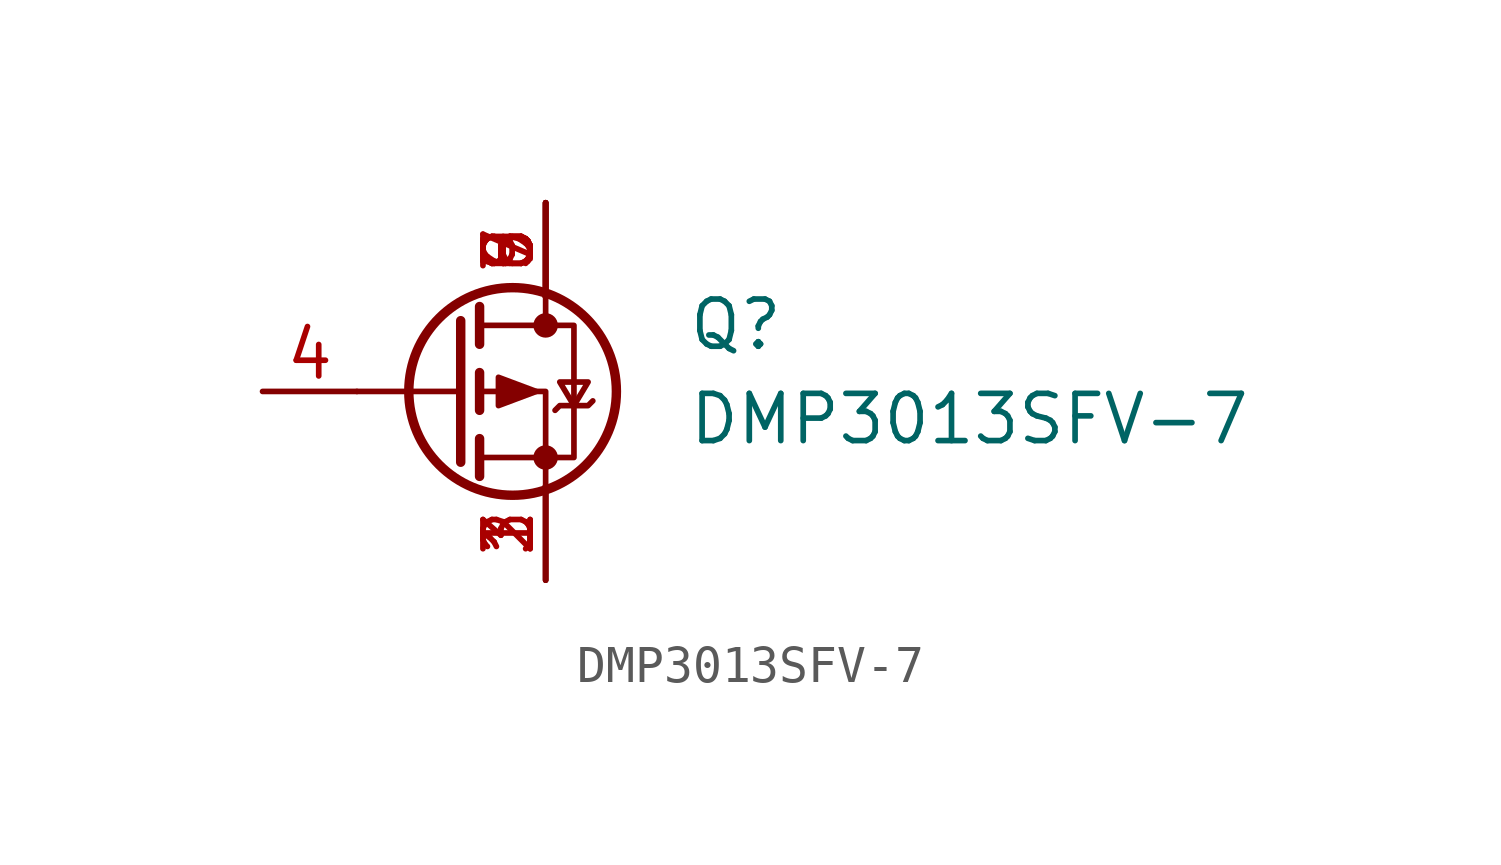
<source format=kicad_sym>
(kicad_symbol_lib
  (version 20220914)
  (generator kicad_symbol_editor)
  (symbol "DMP3013SFV-7"
    (pin_names
      (offset 0) hide)
    (property "Reference" "Q"
      (at 3.81 2.54 0)
      (effects (font (size 1.27 1.27)) (justify left top)))
    (property "Value" "DMP3013SFV-7"
      (at 3.81 0 0)
      (effects (font (size 1.27 1.27)) (justify left top)))
    (symbol "DMP3013SFV-7_0_1"
      (circle (center -0.889 0) (radius 2.794) (stroke (width 0.254) (type default)) (fill (type none)))
      (circle (center 0 -1.778) (radius 0.254) (stroke (width 0) (type default)) (fill (type outline)))
      (polyline (pts (xy -2.286 0) (xy -5.08 0)) (stroke (width 0) (type default)) (fill (type none)))
      (polyline (pts (xy -2.286 1.905) (xy -2.286 -1.905)) (stroke (width 0.254) (type default)) (fill (type none)))
      (polyline (pts (xy -1.778 -1.27) (xy -1.778 -2.286)) (stroke (width 0.254) (type default)) (fill (type none)))
      (polyline (pts (xy -1.778 0.508) (xy -1.778 -0.508)) (stroke (width 0.254) (type default)) (fill (type none)))
      (polyline (pts (xy -1.778 2.286) (xy -1.778 1.27)) (stroke (width 0.254) (type default)) (fill (type none)))
      (polyline (pts (xy 0 2.54) (xy 0 1.778)) (stroke (width 0) (type default)) (fill (type none)))
      (polyline (pts (xy 0 -2.54) (xy 0 0) (xy -1.778 0)) (stroke (width 0) (type default)) (fill (type none)))
      (polyline (pts (xy -1.778 1.778) (xy 0.762 1.778) (xy 0.762 -1.778) (xy -1.778 -1.778)) (stroke (width 0) (type default)) (fill (type none)))
      (polyline (pts (xy -0.254 0) (xy -1.27 0.381) (xy -1.27 -0.381) (xy -0.254 0)) (stroke (width 0) (type default)) (fill (type outline)))
      (polyline (pts (xy 0.254 -0.508) (xy 0.381 -0.381) (xy 1.143 -0.381) (xy 1.27 -0.254)) (stroke (width 0) (type default)) (fill (type none)))
      (polyline (pts (xy 0.762 -0.381) (xy 0.381 0.254) (xy 1.143 0.254) (xy 0.762 -0.381)) (stroke (width 0) (type default)) (fill (type none)))
      (circle (center 0 1.778) (radius 0.254) (stroke (width 0) (type default)) (fill (type outline))))
    (symbol "DMP3013SFV-7_1_1"
      (pin passive line (at 0 -5.08 90) (length 2.54) (name "S_1" (effects (font (size 1.27 1.27)))) (number "1" (effects (font (size 1.27 1.27)))))
      (pin passive line (at 0 -5.08 90) (length 2.54) (name "S_2" (effects (font (size 1.27 1.27)))) (number "2" (effects (font (size 1.27 1.27)))))
      (pin passive line (at 0 -5.08 90) (length 2.54) (name "S_3" (effects (font (size 1.27 1.27)))) (number "3" (effects (font (size 1.27 1.27)))))
      (pin passive line (at -7.62 0 0) (length 2.54) (name "G" (effects (font (size 1.27 1.27)))) (number "4" (effects (font (size 1.27 1.27)))))
      (pin passive line (at 0 5.08 270) (length 2.54) (name "D_1" (effects (font (size 1.27 1.27)))) (number "5" (effects (font (size 1.27 1.27)))))
      (pin passive line (at 0 5.08 270) (length 2.54) (name "D_2" (effects (font (size 1.27 1.27)))) (number "6" (effects (font (size 1.27 1.27)))))
      (pin passive line (at 0 5.08 270) (length 2.54) (name "D_3" (effects (font (size 1.27 1.27)))) (number "7" (effects (font (size 1.27 1.27)))))
      (pin passive line (at 0 5.08 270) (length 2.54) (name "D_4" (effects (font (size 1.27 1.27)))) (number "8" (effects (font (size 1.27 1.27)))))
      (pin passive line (at 0 5.08 270) (length 2.54) (name "D_5" (effects (font (size 1.27 1.27)))) (number "9" (effects (font (size 1.27 1.27))))))))
</source>
